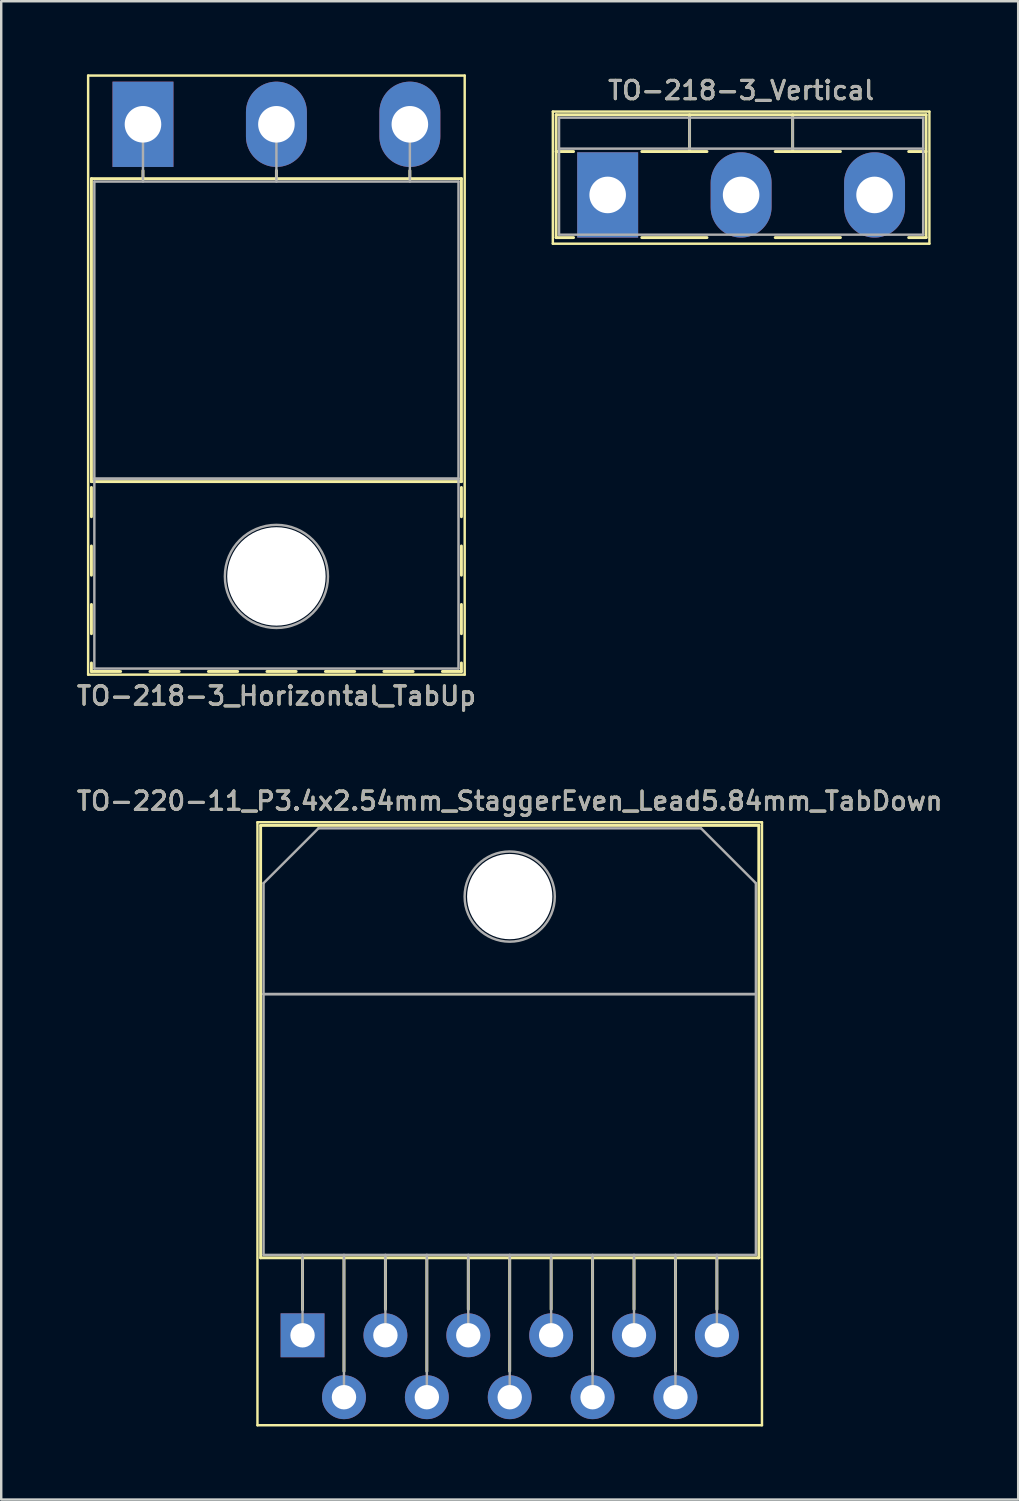
<source format=kicad_pcb>
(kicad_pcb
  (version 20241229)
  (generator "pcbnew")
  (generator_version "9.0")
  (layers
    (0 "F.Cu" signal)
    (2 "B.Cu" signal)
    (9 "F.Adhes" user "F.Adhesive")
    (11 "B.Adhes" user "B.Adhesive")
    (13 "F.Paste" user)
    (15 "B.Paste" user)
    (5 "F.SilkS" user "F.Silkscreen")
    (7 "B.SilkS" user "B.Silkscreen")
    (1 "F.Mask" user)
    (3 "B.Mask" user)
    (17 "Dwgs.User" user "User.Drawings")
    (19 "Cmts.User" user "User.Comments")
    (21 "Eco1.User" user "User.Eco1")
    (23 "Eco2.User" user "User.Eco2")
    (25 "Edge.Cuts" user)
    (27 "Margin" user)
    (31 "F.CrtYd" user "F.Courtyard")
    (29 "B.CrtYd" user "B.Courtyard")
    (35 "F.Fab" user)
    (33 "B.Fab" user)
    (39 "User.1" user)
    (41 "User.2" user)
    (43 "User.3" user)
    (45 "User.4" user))
  (footprint "TO-218-3_Vertical"
    (layer "F.Cu")
    (at 21.882 4.948)
    (property "Reference" "TO-218-3_Vertical" (at 5.475 -4.29 0) (layer "F.SilkS") (effects (font (size 0.75 0.75) (thickness 0.125))))
    (attr through_hole)
    (fp_line (start -2.25 -3.42) (end -2.25 2) (stroke (width 0.1) (type solid)) (layer "F.SilkS"))
    (fp_line (start -2.25 2) (end 13.2 2) (stroke (width 0.1) (type solid)) (layer "F.SilkS"))
    (fp_line (start -2.115 -3.29) (end -2.115 1.75) (stroke (width 0.12) (type solid)) (layer "F.SilkS"))
    (fp_line (start -2.115 -3.29) (end 13.065 -3.29) (stroke (width 0.12) (type solid)) (layer "F.SilkS"))
    (fp_line (start -2.115 -1.78) (end -1.4 -1.78) (stroke (width 0.12) (type solid)) (layer "F.SilkS"))
    (fp_line (start -2.115 1.75) (end -1.4 1.75) (stroke (width 0.12) (type solid)) (layer "F.SilkS"))
    (fp_line (start 1.4 -1.78) (end 4.075 -1.78) (stroke (width 0.12) (type solid)) (layer "F.SilkS"))
    (fp_line (start 1.4 1.75) (end 4.075 1.75) (stroke (width 0.12) (type solid)) (layer "F.SilkS"))
    (fp_line (start 3.36 -3.29) (end 3.36 -1.78) (stroke (width 0.12) (type solid)) (layer "F.SilkS"))
    (fp_line (start 6.875 -1.78) (end 9.55 -1.78) (stroke (width 0.12) (type solid)) (layer "F.SilkS"))
    (fp_line (start 6.875 1.75) (end 9.55 1.75) (stroke (width 0.12) (type solid)) (layer "F.SilkS"))
    (fp_line (start 7.59 -3.29) (end 7.59 -1.78) (stroke (width 0.12) (type solid)) (layer "F.SilkS"))
    (fp_line (start 12.35 -1.78) (end 13.065 -1.78) (stroke (width 0.12) (type solid)) (layer "F.SilkS"))
    (fp_line (start 12.35 1.75) (end 13.065 1.75) (stroke (width 0.12) (type solid)) (layer "F.SilkS"))
    (fp_line (start 13.065 -3.29) (end 13.065 1.75) (stroke (width 0.12) (type solid)) (layer "F.SilkS"))
    (fp_line (start 13.2 -3.42) (end -2.25 -3.42) (stroke (width 0.1) (type solid)) (layer "F.SilkS"))
    (fp_line (start 13.2 2) (end 13.2 -3.42) (stroke (width 0.1) (type solid)) (layer "F.SilkS"))
    (fp_line (start -1.995 -3.17) (end -1.995 1.63) (stroke (width 0.1) (type solid)) (layer "F.Fab"))
    (fp_line (start -1.995 -1.9) (end 12.945 -1.9) (stroke (width 0.1) (type solid)) (layer "F.Fab"))
    (fp_line (start -1.995 1.63) (end 12.945 1.63) (stroke (width 0.1) (type solid)) (layer "F.Fab"))
    (fp_line (start 3.36 -3.17) (end 3.36 -1.9) (stroke (width 0.1) (type solid)) (layer "F.Fab"))
    (fp_line (start 7.59 -3.17) (end 7.59 -1.9) (stroke (width 0.1) (type solid)) (layer "F.Fab"))
    (fp_line (start 12.945 -3.17) (end -1.995 -3.17) (stroke (width 0.1) (type solid)) (layer "F.Fab"))
    (fp_line (start 12.945 1.63) (end 12.945 -3.17) (stroke (width 0.1) (type solid)) (layer "F.Fab"))
    (fp_text user "${REFERENCE}" (at 5.475 -4.29 0) (layer "F.Fab") (effects (font (size 0.75 0.75) (thickness 0.125))))
    (pad "1" thru_hole rect (at 0 0) (size 2.5 3.5) (drill 1.5) (layers "*.Cu" "*.Mask"))
    (pad "2" thru_hole oval (at 5.475 0) (size 2.5 3.5) (drill 1.5) (layers "*.Cu" "*.Mask"))
    (pad "3" thru_hole oval (at 10.95 0) (size 2.5 3.5) (drill 1.5) (layers "*.Cu" "*.Mask")))
  (footprint "TO-218-3_Horizontal_TabUp"
    (layer "F.Cu")
    (at 2.816 2.05)
    (property "Reference" "TO-218-3_Horizontal_TabUp" (at 5.475 23.45 0) (layer "F.SilkS") (effects (font (size 0.75 0.75) (thickness 0.125))))
    (attr through_hole)
    (fp_line (start -2.25 -2) (end -2.25 22.58) (stroke (width 0.1) (type solid)) (layer "F.SilkS"))
    (fp_line (start -2.25 22.58) (end 13.2 22.58) (stroke (width 0.1) (type solid)) (layer "F.SilkS"))
    (fp_line (start -2.115 2.23) (end -2.115 14.66) (stroke (width 0.12) (type solid)) (layer "F.SilkS"))
    (fp_line (start -2.115 2.23) (end 13.065 2.23) (stroke (width 0.12) (type solid)) (layer "F.SilkS"))
    (fp_line (start -2.115 14.66) (end 13.065 14.66) (stroke (width 0.12) (type solid)) (layer "F.SilkS"))
    (fp_line (start -2.115 14.9) (end -2.115 16.101) (stroke (width 0.12) (type solid)) (layer "F.SilkS"))
    (fp_line (start -2.115 17.3) (end -2.115 18.5) (stroke (width 0.12) (type solid)) (layer "F.SilkS"))
    (fp_line (start -2.115 19.7) (end -2.115 20.9) (stroke (width 0.12) (type solid)) (layer "F.SilkS"))
    (fp_line (start -2.115 22.1) (end -2.115 22.45) (stroke (width 0.12) (type solid)) (layer "F.SilkS"))
    (fp_line (start -2.115 22.45) (end -0.916 22.45) (stroke (width 0.12) (type solid)) (layer "F.SilkS"))
    (fp_line (start 0 1.9) (end 0 2.23) (stroke (width 0.12) (type solid)) (layer "F.SilkS"))
    (fp_line (start 0.285 22.45) (end 1.485 22.45) (stroke (width 0.12) (type solid)) (layer "F.SilkS"))
    (fp_line (start 2.685 22.45) (end 3.885 22.45) (stroke (width 0.12) (type solid)) (layer "F.SilkS"))
    (fp_line (start 5.085 22.45) (end 6.285 22.45) (stroke (width 0.12) (type solid)) (layer "F.SilkS"))
    (fp_line (start 5.475 1.9) (end 5.475 2.23) (stroke (width 0.12) (type solid)) (layer "F.SilkS"))
    (fp_line (start 7.485 22.45) (end 8.685 22.45) (stroke (width 0.12) (type solid)) (layer "F.SilkS"))
    (fp_line (start 9.885 22.45) (end 11.085 22.45) (stroke (width 0.12) (type solid)) (layer "F.SilkS"))
    (fp_line (start 10.95 1.9) (end 10.95 2.23) (stroke (width 0.12) (type solid)) (layer "F.SilkS"))
    (fp_line (start 12.285 22.45) (end 13.065 22.45) (stroke (width 0.12) (type solid)) (layer "F.SilkS"))
    (fp_line (start 13.065 2.23) (end 13.065 14.66) (stroke (width 0.12) (type solid)) (layer "F.SilkS"))
    (fp_line (start 13.065 14.9) (end 13.065 16.101) (stroke (width 0.12) (type solid)) (layer "F.SilkS"))
    (fp_line (start 13.065 17.3) (end 13.065 18.5) (stroke (width 0.12) (type solid)) (layer "F.SilkS"))
    (fp_line (start 13.065 19.7) (end 13.065 20.9) (stroke (width 0.12) (type solid)) (layer "F.SilkS"))
    (fp_line (start 13.065 22.1) (end 13.065 22.45) (stroke (width 0.12) (type solid)) (layer "F.SilkS"))
    (fp_line (start 13.2 -2) (end -2.25 -2) (stroke (width 0.1) (type solid)) (layer "F.SilkS"))
    (fp_line (start 13.2 22.58) (end 13.2 -2) (stroke (width 0.1) (type solid)) (layer "F.SilkS"))
    (fp_line (start -1.995 2.35) (end -1.995 14.54) (stroke (width 0.1) (type solid)) (layer "F.Fab"))
    (fp_line (start -1.995 14.54) (end -1.995 22.33) (stroke (width 0.1) (type solid)) (layer "F.Fab"))
    (fp_line (start -1.995 14.54) (end 12.945 14.54) (stroke (width 0.1) (type solid)) (layer "F.Fab"))
    (fp_line (start -1.995 22.33) (end 12.945 22.33) (stroke (width 0.1) (type solid)) (layer "F.Fab"))
    (fp_line (start 0 2.35) (end 0 0) (stroke (width 0.1) (type solid)) (layer "F.Fab"))
    (fp_line (start 5.475 2.35) (end 5.475 0) (stroke (width 0.1) (type solid)) (layer "F.Fab"))
    (fp_line (start 10.95 2.35) (end 10.95 0) (stroke (width 0.1) (type solid)) (layer "F.Fab"))
    (fp_line (start 12.945 2.35) (end -1.995 2.35) (stroke (width 0.1) (type solid)) (layer "F.Fab"))
    (fp_line (start 12.945 14.54) (end -1.995 14.54) (stroke (width 0.1) (type solid)) (layer "F.Fab"))
    (fp_line (start 12.945 14.54) (end 12.945 2.35) (stroke (width 0.1) (type solid)) (layer "F.Fab"))
    (fp_line (start 12.945 22.33) (end 12.945 14.54) (stroke (width 0.1) (type solid)) (layer "F.Fab"))
    (fp_circle (center 5.475 18.55) (end 7.59 18.55) (stroke (width 0.1) (type solid)) (fill no) (layer "F.Fab"))
    (fp_text user "${REFERENCE}" (at 5.475 23.45 0) (layer "F.Fab") (effects (font (size 0.75 0.75) (thickness 0.125))))
    (pad "" np_thru_hole circle (at 5.475 18.55) (size 4.04 4.04) (drill 4.04) (layers "*.Cu" "*.Mask"))
    (pad "1" thru_hole rect (at 0 0) (size 2.5 3.5) (drill 1.5) (layers "*.Cu" "*.Mask"))
    (pad "2" thru_hole oval (at 5.475 0) (size 2.5 3.5) (drill 1.5) (layers "*.Cu" "*.Mask"))
    (pad "3" thru_hole oval (at 10.95 0) (size 2.5 3.5) (drill 1.5) (layers "*.Cu" "*.Mask")))
  (footprint "TO-220-11_P3.4x2.54mm_StaggerEven_Lead5.84mm_TabDown"
    (layer "F.Cu")
    (at 9.363 51.736)
    (property "Reference" "TO-220-11_P3.4x2.54mm_StaggerEven_Lead5.84mm_TabDown" (at 8.5 -21.92 0) (layer "F.SilkS") (effects (font (size 0.75 0.75) (thickness 0.125))))
    (attr through_hole)
    (fp_line (start -1.85 -21.05) (end -1.85 3.69) (stroke (width 0.1) (type solid)) (layer "F.SilkS"))
    (fp_line (start -1.85 3.69) (end 18.85 3.69) (stroke (width 0.1) (type solid)) (layer "F.SilkS"))
    (fp_line (start -1.72 -20.92) (end -1.72 -3.18) (stroke (width 0.12) (type solid)) (layer "F.SilkS"))
    (fp_line (start -1.72 -20.92) (end 18.72 -20.92) (stroke (width 0.12) (type solid)) (layer "F.SilkS"))
    (fp_line (start -1.72 -3.18) (end 18.72 -3.18) (stroke (width 0.12) (type solid)) (layer "F.SilkS"))
    (fp_line (start 0 -3.18) (end 0 -1.05) (stroke (width 0.12) (type solid)) (layer "F.SilkS"))
    (fp_line (start 1.7 -3.18) (end 1.7 1.475) (stroke (width 0.12) (type solid)) (layer "F.SilkS"))
    (fp_line (start 3.4 -3.18) (end 3.4 -1.066) (stroke (width 0.12) (type solid)) (layer "F.SilkS"))
    (fp_line (start 5.1 -3.18) (end 5.1 1.475) (stroke (width 0.12) (type solid)) (layer "F.SilkS"))
    (fp_line (start 6.8 -3.18) (end 6.8 -1.066) (stroke (width 0.12) (type solid)) (layer "F.SilkS"))
    (fp_line (start 8.5 -3.18) (end 8.5 1.475) (stroke (width 0.12) (type solid)) (layer "F.SilkS"))
    (fp_line (start 10.2 -3.18) (end 10.2 -1.066) (stroke (width 0.12) (type solid)) (layer "F.SilkS"))
    (fp_line (start 11.9 -3.18) (end 11.9 1.475) (stroke (width 0.12) (type solid)) (layer "F.SilkS"))
    (fp_line (start 13.6 -3.18) (end 13.6 -1.066) (stroke (width 0.12) (type solid)) (layer "F.SilkS"))
    (fp_line (start 15.3 -3.18) (end 15.3 1.475) (stroke (width 0.12) (type solid)) (layer "F.SilkS"))
    (fp_line (start 17 -3.18) (end 17 -1.066) (stroke (width 0.12) (type solid)) (layer "F.SilkS"))
    (fp_line (start 18.72 -20.92) (end 18.72 -3.18) (stroke (width 0.12) (type solid)) (layer "F.SilkS"))
    (fp_line (start 18.85 -21.05) (end -1.85 -21.05) (stroke (width 0.1) (type solid)) (layer "F.SilkS"))
    (fp_line (start 18.85 3.69) (end 18.85 -21.05) (stroke (width 0.1) (type solid)) (layer "F.SilkS"))
    (fp_line (start -1.6 -18.55) (end 0.651 -20.8) (stroke (width 0.1) (type solid)) (layer "F.Fab"))
    (fp_line (start -1.6 -14) (end -1.6 -18.55) (stroke (width 0.1) (type solid)) (layer "F.Fab"))
    (fp_line (start -1.6 -14) (end 18.6 -14) (stroke (width 0.1) (type solid)) (layer "F.Fab"))
    (fp_line (start -1.6 -3.3) (end -1.6 -14) (stroke (width 0.1) (type solid)) (layer "F.Fab"))
    (fp_line (start 0 -3.3) (end 0 0) (stroke (width 0.1) (type solid)) (layer "F.Fab"))
    (fp_line (start 0.651 -20.8) (end 16.351 -20.8) (stroke (width 0.1) (type solid)) (layer "F.Fab"))
    (fp_line (start 1.7 -3.3) (end 1.7 2.54) (stroke (width 0.1) (type solid)) (layer "F.Fab"))
    (fp_line (start 3.4 -3.3) (end 3.4 0) (stroke (width 0.1) (type solid)) (layer "F.Fab"))
    (fp_line (start 5.1 -3.3) (end 5.1 2.54) (stroke (width 0.1) (type solid)) (layer "F.Fab"))
    (fp_line (start 6.8 -3.3) (end 6.8 0) (stroke (width 0.1) (type solid)) (layer "F.Fab"))
    (fp_line (start 8.5 -3.3) (end 8.5 2.54) (stroke (width 0.1) (type solid)) (layer "F.Fab"))
    (fp_line (start 10.2 -3.3) (end 10.2 0) (stroke (width 0.1) (type solid)) (layer "F.Fab"))
    (fp_line (start 11.9 -3.3) (end 11.9 2.54) (stroke (width 0.1) (type solid)) (layer "F.Fab"))
    (fp_line (start 13.6 -3.3) (end 13.6 0) (stroke (width 0.1) (type solid)) (layer "F.Fab"))
    (fp_line (start 15.3 -3.3) (end 15.3 2.54) (stroke (width 0.1) (type solid)) (layer "F.Fab"))
    (fp_line (start 16.351 -20.8) (end 18.6 -18.55) (stroke (width 0.1) (type solid)) (layer "F.Fab"))
    (fp_line (start 17 -3.3) (end 17 0) (stroke (width 0.1) (type solid)) (layer "F.Fab"))
    (fp_line (start 18.6 -18.55) (end 18.6 -14) (stroke (width 0.1) (type solid)) (layer "F.Fab"))
    (fp_line (start 18.6 -14) (end -1.6 -14) (stroke (width 0.1) (type solid)) (layer "F.Fab"))
    (fp_line (start 18.6 -14) (end 18.6 -3.3) (stroke (width 0.1) (type solid)) (layer "F.Fab"))
    (fp_line (start 18.6 -3.3) (end -1.6 -3.3) (stroke (width 0.1) (type solid)) (layer "F.Fab"))
    (fp_circle (center 8.5 -18) (end 10.35 -18) (stroke (width 0.1) (type solid)) (fill no) (layer "F.Fab"))
    (fp_text user "${REFERENCE}" (at 8.5 -21.92 0) (layer "F.Fab") (effects (font (size 0.75 0.75) (thickness 0.125))))
    (pad "" np_thru_hole oval (at 8.5 -18) (size 3.5 3.5) (drill 3.5) (layers "*.Cu" "*.Mask"))
    (pad "1" thru_hole rect (at 0 0) (size 1.8 1.8) (drill 1) (layers "*.Cu" "*.Mask"))
    (pad "2" thru_hole oval (at 1.7 2.54) (size 1.8 1.8) (drill 1) (layers "*.Cu" "*.Mask"))
    (pad "3" thru_hole oval (at 3.4 0) (size 1.8 1.8) (drill 1) (layers "*.Cu" "*.Mask"))
    (pad "4" thru_hole oval (at 5.1 2.54) (size 1.8 1.8) (drill 1) (layers "*.Cu" "*.Mask"))
    (pad "5" thru_hole oval (at 6.8 0) (size 1.8 1.8) (drill 1) (layers "*.Cu" "*.Mask"))
    (pad "6" thru_hole oval (at 8.5 2.54) (size 1.8 1.8) (drill 1) (layers "*.Cu" "*.Mask"))
    (pad "7" thru_hole oval (at 10.2 0) (size 1.8 1.8) (drill 1) (layers "*.Cu" "*.Mask"))
    (pad "8" thru_hole oval (at 11.9 2.54) (size 1.8 1.8) (drill 1) (layers "*.Cu" "*.Mask"))
    (pad "9" thru_hole oval (at 13.6 0) (size 1.8 1.8) (drill 1) (layers "*.Cu" "*.Mask"))
    (pad "10" thru_hole oval (at 15.3 2.54) (size 1.8 1.8) (drill 1) (layers "*.Cu" "*.Mask"))
    (pad "11" thru_hole oval (at 17 0) (size 1.8 1.8) (drill 1) (layers "*.Cu" "*.Mask")))
  (gr_rect
    (start -3 -3)
    (end 38.725 58.476)
    (stroke (width 0.1) (type default))
    (fill no)
    (layer "Edge.Cuts")))
</source>
